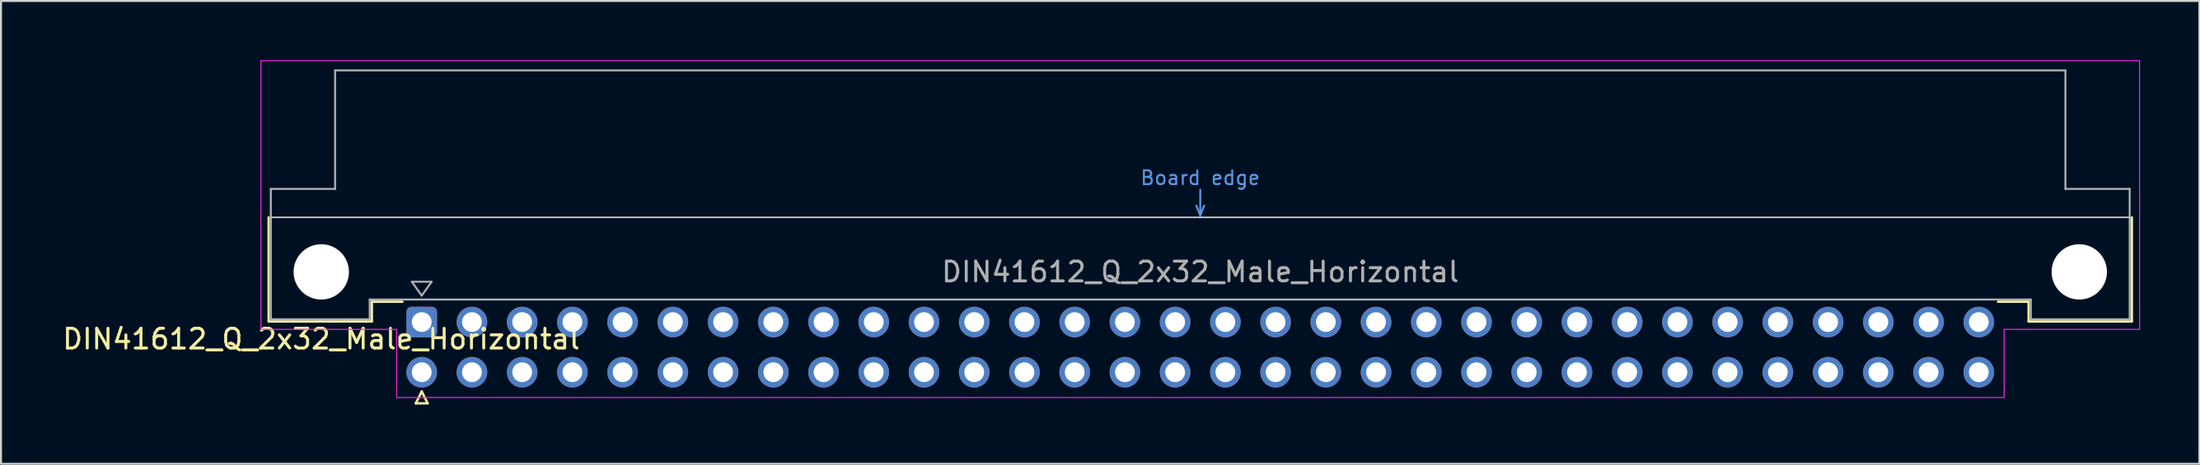
<source format=kicad_pcb>
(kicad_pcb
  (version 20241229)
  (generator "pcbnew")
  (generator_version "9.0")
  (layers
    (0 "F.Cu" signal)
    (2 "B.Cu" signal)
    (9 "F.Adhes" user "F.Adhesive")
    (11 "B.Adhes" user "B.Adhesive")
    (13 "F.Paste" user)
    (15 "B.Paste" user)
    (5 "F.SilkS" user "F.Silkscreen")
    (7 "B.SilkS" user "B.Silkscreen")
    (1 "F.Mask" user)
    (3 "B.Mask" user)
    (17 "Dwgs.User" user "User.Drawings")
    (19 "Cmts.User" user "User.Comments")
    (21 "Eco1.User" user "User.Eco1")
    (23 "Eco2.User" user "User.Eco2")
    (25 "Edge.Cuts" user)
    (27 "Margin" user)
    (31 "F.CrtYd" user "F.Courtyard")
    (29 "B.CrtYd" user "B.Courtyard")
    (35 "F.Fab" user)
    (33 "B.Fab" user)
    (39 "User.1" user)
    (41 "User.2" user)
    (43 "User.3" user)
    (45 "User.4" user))
  (footprint "DIN41612_Q_2x32_Male_Horizontal"
    (layer "F.Cu")
    (at 18.276 13.255)
    (property "Reference" "DIN41612_Q_2x32_Male_Horizontal" (at -5.08 0.86 0) (layer "F.SilkS") (effects (font (size 1 1) (thickness 0.15))))
    (attr through_hole)
    (fp_line (start -7.74 -5.3) (end -7.74 -0.03) (stroke (width 0.12) (type solid)) (layer "F.SilkS"))
    (fp_line (start -7.74 -0.03) (end -2.52 -0.03) (stroke (width 0.12) (type solid)) (layer "F.SilkS"))
    (fp_line (start -2.52 -1.03) (end -0.975 -1.03) (stroke (width 0.12) (type solid)) (layer "F.SilkS"))
    (fp_line (start -2.52 -0.03) (end -2.52 -1.03) (stroke (width 0.12) (type solid)) (layer "F.SilkS"))
    (fp_line (start -0.3 4.115) (end 0.3 4.115) (stroke (width 0.12) (type solid)) (layer "F.SilkS"))
    (fp_line (start 0 3.515) (end -0.3 4.115) (stroke (width 0.12) (type solid)) (layer "F.SilkS"))
    (fp_line (start 0.3 4.115) (end 0 3.515) (stroke (width 0.12) (type solid)) (layer "F.SilkS"))
    (fp_line (start 81.26 -1.03) (end 79.715 -1.03) (stroke (width 0.12) (type solid)) (layer "F.SilkS"))
    (fp_line (start 81.26 -0.03) (end 81.26 -1.03) (stroke (width 0.12) (type solid)) (layer "F.SilkS"))
    (fp_line (start 86.48 -5.3) (end 86.48 -0.03) (stroke (width 0.12) (type solid)) (layer "F.SilkS"))
    (fp_line (start 86.48 -0.03) (end 81.26 -0.03) (stroke (width 0.12) (type solid)) (layer "F.SilkS"))
    (fp_line (start -7.63 -5.3) (end 86.37 -5.3) (stroke (width 0.08) (type solid)) (layer "Dwgs.User"))
    (fp_line (start 39.17 -5.9) (end 39.37 -5.4) (stroke (width 0.1) (type solid)) (layer "Cmts.User"))
    (fp_line (start 39.37 -5.4) (end 39.37 -6.7) (stroke (width 0.1) (type solid)) (layer "Cmts.User"))
    (fp_line (start 39.37 -5.4) (end 39.57 -5.9) (stroke (width 0.1) (type solid)) (layer "Cmts.User"))
    (fp_line (start -8.13 -13.23) (end -8.13 0.37) (stroke (width 0.05) (type solid)) (layer "F.CrtYd"))
    (fp_line (start -8.13 0.37) (end -1.27 0.37) (stroke (width 0.05) (type solid)) (layer "F.CrtYd"))
    (fp_line (start -1.27 0.37) (end -1.27 3.82) (stroke (width 0.05) (type solid)) (layer "F.CrtYd"))
    (fp_line (start -1.27 3.82) (end 80.02 3.82) (stroke (width 0.05) (type solid)) (layer "F.CrtYd"))
    (fp_line (start 80.02 0.37) (end 86.87 0.37) (stroke (width 0.05) (type solid)) (layer "F.CrtYd"))
    (fp_line (start 80.02 3.82) (end 80.02 0.37) (stroke (width 0.05) (type solid)) (layer "F.CrtYd"))
    (fp_line (start 86.87 -13.23) (end -8.13 -13.23) (stroke (width 0.05) (type solid)) (layer "F.CrtYd"))
    (fp_line (start 86.87 0.37) (end 86.87 -13.23) (stroke (width 0.05) (type solid)) (layer "F.CrtYd"))
    (fp_line (start -7.63 -6.74) (end -7.63 -0.14) (stroke (width 0.1) (type solid)) (layer "F.Fab"))
    (fp_line (start -7.63 -0.14) (end -2.63 -0.14) (stroke (width 0.1) (type solid)) (layer "F.Fab"))
    (fp_line (start -4.38 -12.74) (end -4.38 -6.74) (stroke (width 0.1) (type solid)) (layer "F.Fab"))
    (fp_line (start -4.38 -6.74) (end -7.63 -6.74) (stroke (width 0.1) (type solid)) (layer "F.Fab"))
    (fp_line (start -2.63 -1.14) (end 81.37 -1.14) (stroke (width 0.1) (type solid)) (layer "F.Fab"))
    (fp_line (start -2.63 -0.14) (end -2.63 -1.14) (stroke (width 0.1) (type solid)) (layer "F.Fab"))
    (fp_line (start -0.5 -2.04) (end 0.5 -2.04) (stroke (width 0.1) (type solid)) (layer "F.Fab"))
    (fp_line (start 0 -1.34) (end -0.5 -2.04) (stroke (width 0.1) (type solid)) (layer "F.Fab"))
    (fp_line (start 0.5 -2.04) (end 0 -1.34) (stroke (width 0.1) (type solid)) (layer "F.Fab"))
    (fp_line (start 81.37 -1.14) (end 81.37 -0.14) (stroke (width 0.1) (type solid)) (layer "F.Fab"))
    (fp_line (start 81.37 -0.14) (end 86.37 -0.14) (stroke (width 0.1) (type solid)) (layer "F.Fab"))
    (fp_line (start 83.12 -12.74) (end -4.38 -12.74) (stroke (width 0.1) (type solid)) (layer "F.Fab"))
    (fp_line (start 83.12 -6.74) (end 83.12 -12.74) (stroke (width 0.1) (type solid)) (layer "F.Fab"))
    (fp_line (start 86.37 -6.74) (end 83.12 -6.74) (stroke (width 0.1) (type solid)) (layer "F.Fab"))
    (fp_line (start 86.37 -0.14) (end 86.37 -6.74) (stroke (width 0.1) (type solid)) (layer "F.Fab"))
    (fp_text user "Board edge" (at 39.37 -7.3 0) (layer "Cmts.User") (effects (font (size 0.7 0.7) (thickness 0.1))))
    (fp_text user "${REFERENCE}" (at 39.37 -2.54 0) (layer "F.Fab") (effects (font (size 1 1) (thickness 0.15))))
    (pad "" np_thru_hole circle (at -5.08 -2.54) (size 2.8 2.8) (drill 2.8) (layers "*.Cu" "*.Mask"))
    (pad "" np_thru_hole circle (at 83.82 -2.54) (size 2.8 2.8) (drill 2.8) (layers "*.Cu" "*.Mask"))
    (pad "a1" thru_hole roundrect (at 0 0) (size 1.55 1.55) (drill 1) (layers "*.Cu" "*.Mask") (roundrect_rratio 0.161))
    (pad "a2" thru_hole circle (at 2.54 0) (size 1.55 1.55) (drill 1) (layers "*.Cu" "*.Mask"))
    (pad "a3" thru_hole circle (at 5.08 0) (size 1.55 1.55) (drill 1) (layers "*.Cu" "*.Mask"))
    (pad "a4" thru_hole circle (at 7.62 0) (size 1.55 1.55) (drill 1) (layers "*.Cu" "*.Mask"))
    (pad "a5" thru_hole circle (at 10.16 0) (size 1.55 1.55) (drill 1) (layers "*.Cu" "*.Mask"))
    (pad "a6" thru_hole circle (at 12.7 0) (size 1.55 1.55) (drill 1) (layers "*.Cu" "*.Mask"))
    (pad "a7" thru_hole circle (at 15.24 0) (size 1.55 1.55) (drill 1) (layers "*.Cu" "*.Mask"))
    (pad "a8" thru_hole circle (at 17.78 0) (size 1.55 1.55) (drill 1) (layers "*.Cu" "*.Mask"))
    (pad "a9" thru_hole circle (at 20.32 0) (size 1.55 1.55) (drill 1) (layers "*.Cu" "*.Mask"))
    (pad "a10" thru_hole circle (at 22.86 0) (size 1.55 1.55) (drill 1) (layers "*.Cu" "*.Mask"))
    (pad "a11" thru_hole circle (at 25.4 0) (size 1.55 1.55) (drill 1) (layers "*.Cu" "*.Mask"))
    (pad "a12" thru_hole circle (at 27.94 0) (size 1.55 1.55) (drill 1) (layers "*.Cu" "*.Mask"))
    (pad "a13" thru_hole circle (at 30.48 0) (size 1.55 1.55) (drill 1) (layers "*.Cu" "*.Mask"))
    (pad "a14" thru_hole circle (at 33.02 0) (size 1.55 1.55) (drill 1) (layers "*.Cu" "*.Mask"))
    (pad "a15" thru_hole circle (at 35.56 0) (size 1.55 1.55) (drill 1) (layers "*.Cu" "*.Mask"))
    (pad "a16" thru_hole circle (at 38.1 0) (size 1.55 1.55) (drill 1) (layers "*.Cu" "*.Mask"))
    (pad "a17" thru_hole circle (at 40.64 0) (size 1.55 1.55) (drill 1) (layers "*.Cu" "*.Mask"))
    (pad "a18" thru_hole circle (at 43.18 0) (size 1.55 1.55) (drill 1) (layers "*.Cu" "*.Mask"))
    (pad "a19" thru_hole circle (at 45.72 0) (size 1.55 1.55) (drill 1) (layers "*.Cu" "*.Mask"))
    (pad "a20" thru_hole circle (at 48.26 0) (size 1.55 1.55) (drill 1) (layers "*.Cu" "*.Mask"))
    (pad "a21" thru_hole circle (at 50.8 0) (size 1.55 1.55) (drill 1) (layers "*.Cu" "*.Mask"))
    (pad "a22" thru_hole circle (at 53.34 0) (size 1.55 1.55) (drill 1) (layers "*.Cu" "*.Mask"))
    (pad "a23" thru_hole circle (at 55.88 0) (size 1.55 1.55) (drill 1) (layers "*.Cu" "*.Mask"))
    (pad "a24" thru_hole circle (at 58.42 0) (size 1.55 1.55) (drill 1) (layers "*.Cu" "*.Mask"))
    (pad "a25" thru_hole circle (at 60.96 0) (size 1.55 1.55) (drill 1) (layers "*.Cu" "*.Mask"))
    (pad "a26" thru_hole circle (at 63.5 0) (size 1.55 1.55) (drill 1) (layers "*.Cu" "*.Mask"))
    (pad "a27" thru_hole circle (at 66.04 0) (size 1.55 1.55) (drill 1) (layers "*.Cu" "*.Mask"))
    (pad "a28" thru_hole circle (at 68.58 0) (size 1.55 1.55) (drill 1) (layers "*.Cu" "*.Mask"))
    (pad "a29" thru_hole circle (at 71.12 0) (size 1.55 1.55) (drill 1) (layers "*.Cu" "*.Mask"))
    (pad "a30" thru_hole circle (at 73.66 0) (size 1.55 1.55) (drill 1) (layers "*.Cu" "*.Mask"))
    (pad "a31" thru_hole circle (at 76.2 0) (size 1.55 1.55) (drill 1) (layers "*.Cu" "*.Mask"))
    (pad "a32" thru_hole circle (at 78.74 0) (size 1.55 1.55) (drill 1) (layers "*.Cu" "*.Mask"))
    (pad "b1" thru_hole circle (at 0 2.54) (size 1.55 1.55) (drill 1) (layers "*.Cu" "*.Mask"))
    (pad "b2" thru_hole circle (at 2.54 2.54) (size 1.55 1.55) (drill 1) (layers "*.Cu" "*.Mask"))
    (pad "b3" thru_hole circle (at 5.08 2.54) (size 1.55 1.55) (drill 1) (layers "*.Cu" "*.Mask"))
    (pad "b4" thru_hole circle (at 7.62 2.54) (size 1.55 1.55) (drill 1) (layers "*.Cu" "*.Mask"))
    (pad "b5" thru_hole circle (at 10.16 2.54) (size 1.55 1.55) (drill 1) (layers "*.Cu" "*.Mask"))
    (pad "b6" thru_hole circle (at 12.7 2.54) (size 1.55 1.55) (drill 1) (layers "*.Cu" "*.Mask"))
    (pad "b7" thru_hole circle (at 15.24 2.54) (size 1.55 1.55) (drill 1) (layers "*.Cu" "*.Mask"))
    (pad "b8" thru_hole circle (at 17.78 2.54) (size 1.55 1.55) (drill 1) (layers "*.Cu" "*.Mask"))
    (pad "b9" thru_hole circle (at 20.32 2.54) (size 1.55 1.55) (drill 1) (layers "*.Cu" "*.Mask"))
    (pad "b10" thru_hole circle (at 22.86 2.54) (size 1.55 1.55) (drill 1) (layers "*.Cu" "*.Mask"))
    (pad "b11" thru_hole circle (at 25.4 2.54) (size 1.55 1.55) (drill 1) (layers "*.Cu" "*.Mask"))
    (pad "b12" thru_hole circle (at 27.94 2.54) (size 1.55 1.55) (drill 1) (layers "*.Cu" "*.Mask"))
    (pad "b13" thru_hole circle (at 30.48 2.54) (size 1.55 1.55) (drill 1) (layers "*.Cu" "*.Mask"))
    (pad "b14" thru_hole circle (at 33.02 2.54) (size 1.55 1.55) (drill 1) (layers "*.Cu" "*.Mask"))
    (pad "b15" thru_hole circle (at 35.56 2.54) (size 1.55 1.55) (drill 1) (layers "*.Cu" "*.Mask"))
    (pad "b16" thru_hole circle (at 38.1 2.54) (size 1.55 1.55) (drill 1) (layers "*.Cu" "*.Mask"))
    (pad "b17" thru_hole circle (at 40.64 2.54) (size 1.55 1.55) (drill 1) (layers "*.Cu" "*.Mask"))
    (pad "b18" thru_hole circle (at 43.18 2.54) (size 1.55 1.55) (drill 1) (layers "*.Cu" "*.Mask"))
    (pad "b19" thru_hole circle (at 45.72 2.54) (size 1.55 1.55) (drill 1) (layers "*.Cu" "*.Mask"))
    (pad "b20" thru_hole circle (at 48.26 2.54) (size 1.55 1.55) (drill 1) (layers "*.Cu" "*.Mask"))
    (pad "b21" thru_hole circle (at 50.8 2.54) (size 1.55 1.55) (drill 1) (layers "*.Cu" "*.Mask"))
    (pad "b22" thru_hole circle (at 53.34 2.54) (size 1.55 1.55) (drill 1) (layers "*.Cu" "*.Mask"))
    (pad "b23" thru_hole circle (at 55.88 2.54) (size 1.55 1.55) (drill 1) (layers "*.Cu" "*.Mask"))
    (pad "b24" thru_hole circle (at 58.42 2.54) (size 1.55 1.55) (drill 1) (layers "*.Cu" "*.Mask"))
    (pad "b25" thru_hole circle (at 60.96 2.54) (size 1.55 1.55) (drill 1) (layers "*.Cu" "*.Mask"))
    (pad "b26" thru_hole circle (at 63.5 2.54) (size 1.55 1.55) (drill 1) (layers "*.Cu" "*.Mask"))
    (pad "b27" thru_hole circle (at 66.04 2.54) (size 1.55 1.55) (drill 1) (layers "*.Cu" "*.Mask"))
    (pad "b28" thru_hole circle (at 68.58 2.54) (size 1.55 1.55) (drill 1) (layers "*.Cu" "*.Mask"))
    (pad "b29" thru_hole circle (at 71.12 2.54) (size 1.55 1.55) (drill 1) (layers "*.Cu" "*.Mask"))
    (pad "b30" thru_hole circle (at 73.66 2.54) (size 1.55 1.55) (drill 1) (layers "*.Cu" "*.Mask"))
    (pad "b31" thru_hole circle (at 76.2 2.54) (size 1.55 1.55) (drill 1) (layers "*.Cu" "*.Mask"))
    (pad "b32" thru_hole circle (at 78.74 2.54) (size 1.55 1.55) (drill 1) (layers "*.Cu" "*.Mask")))
  (gr_rect
    (start -3 -3)
    (end 108.171 20.43)
    (stroke (width 0.1) (type default))
    (fill no)
    (layer "Edge.Cuts")))
</source>
